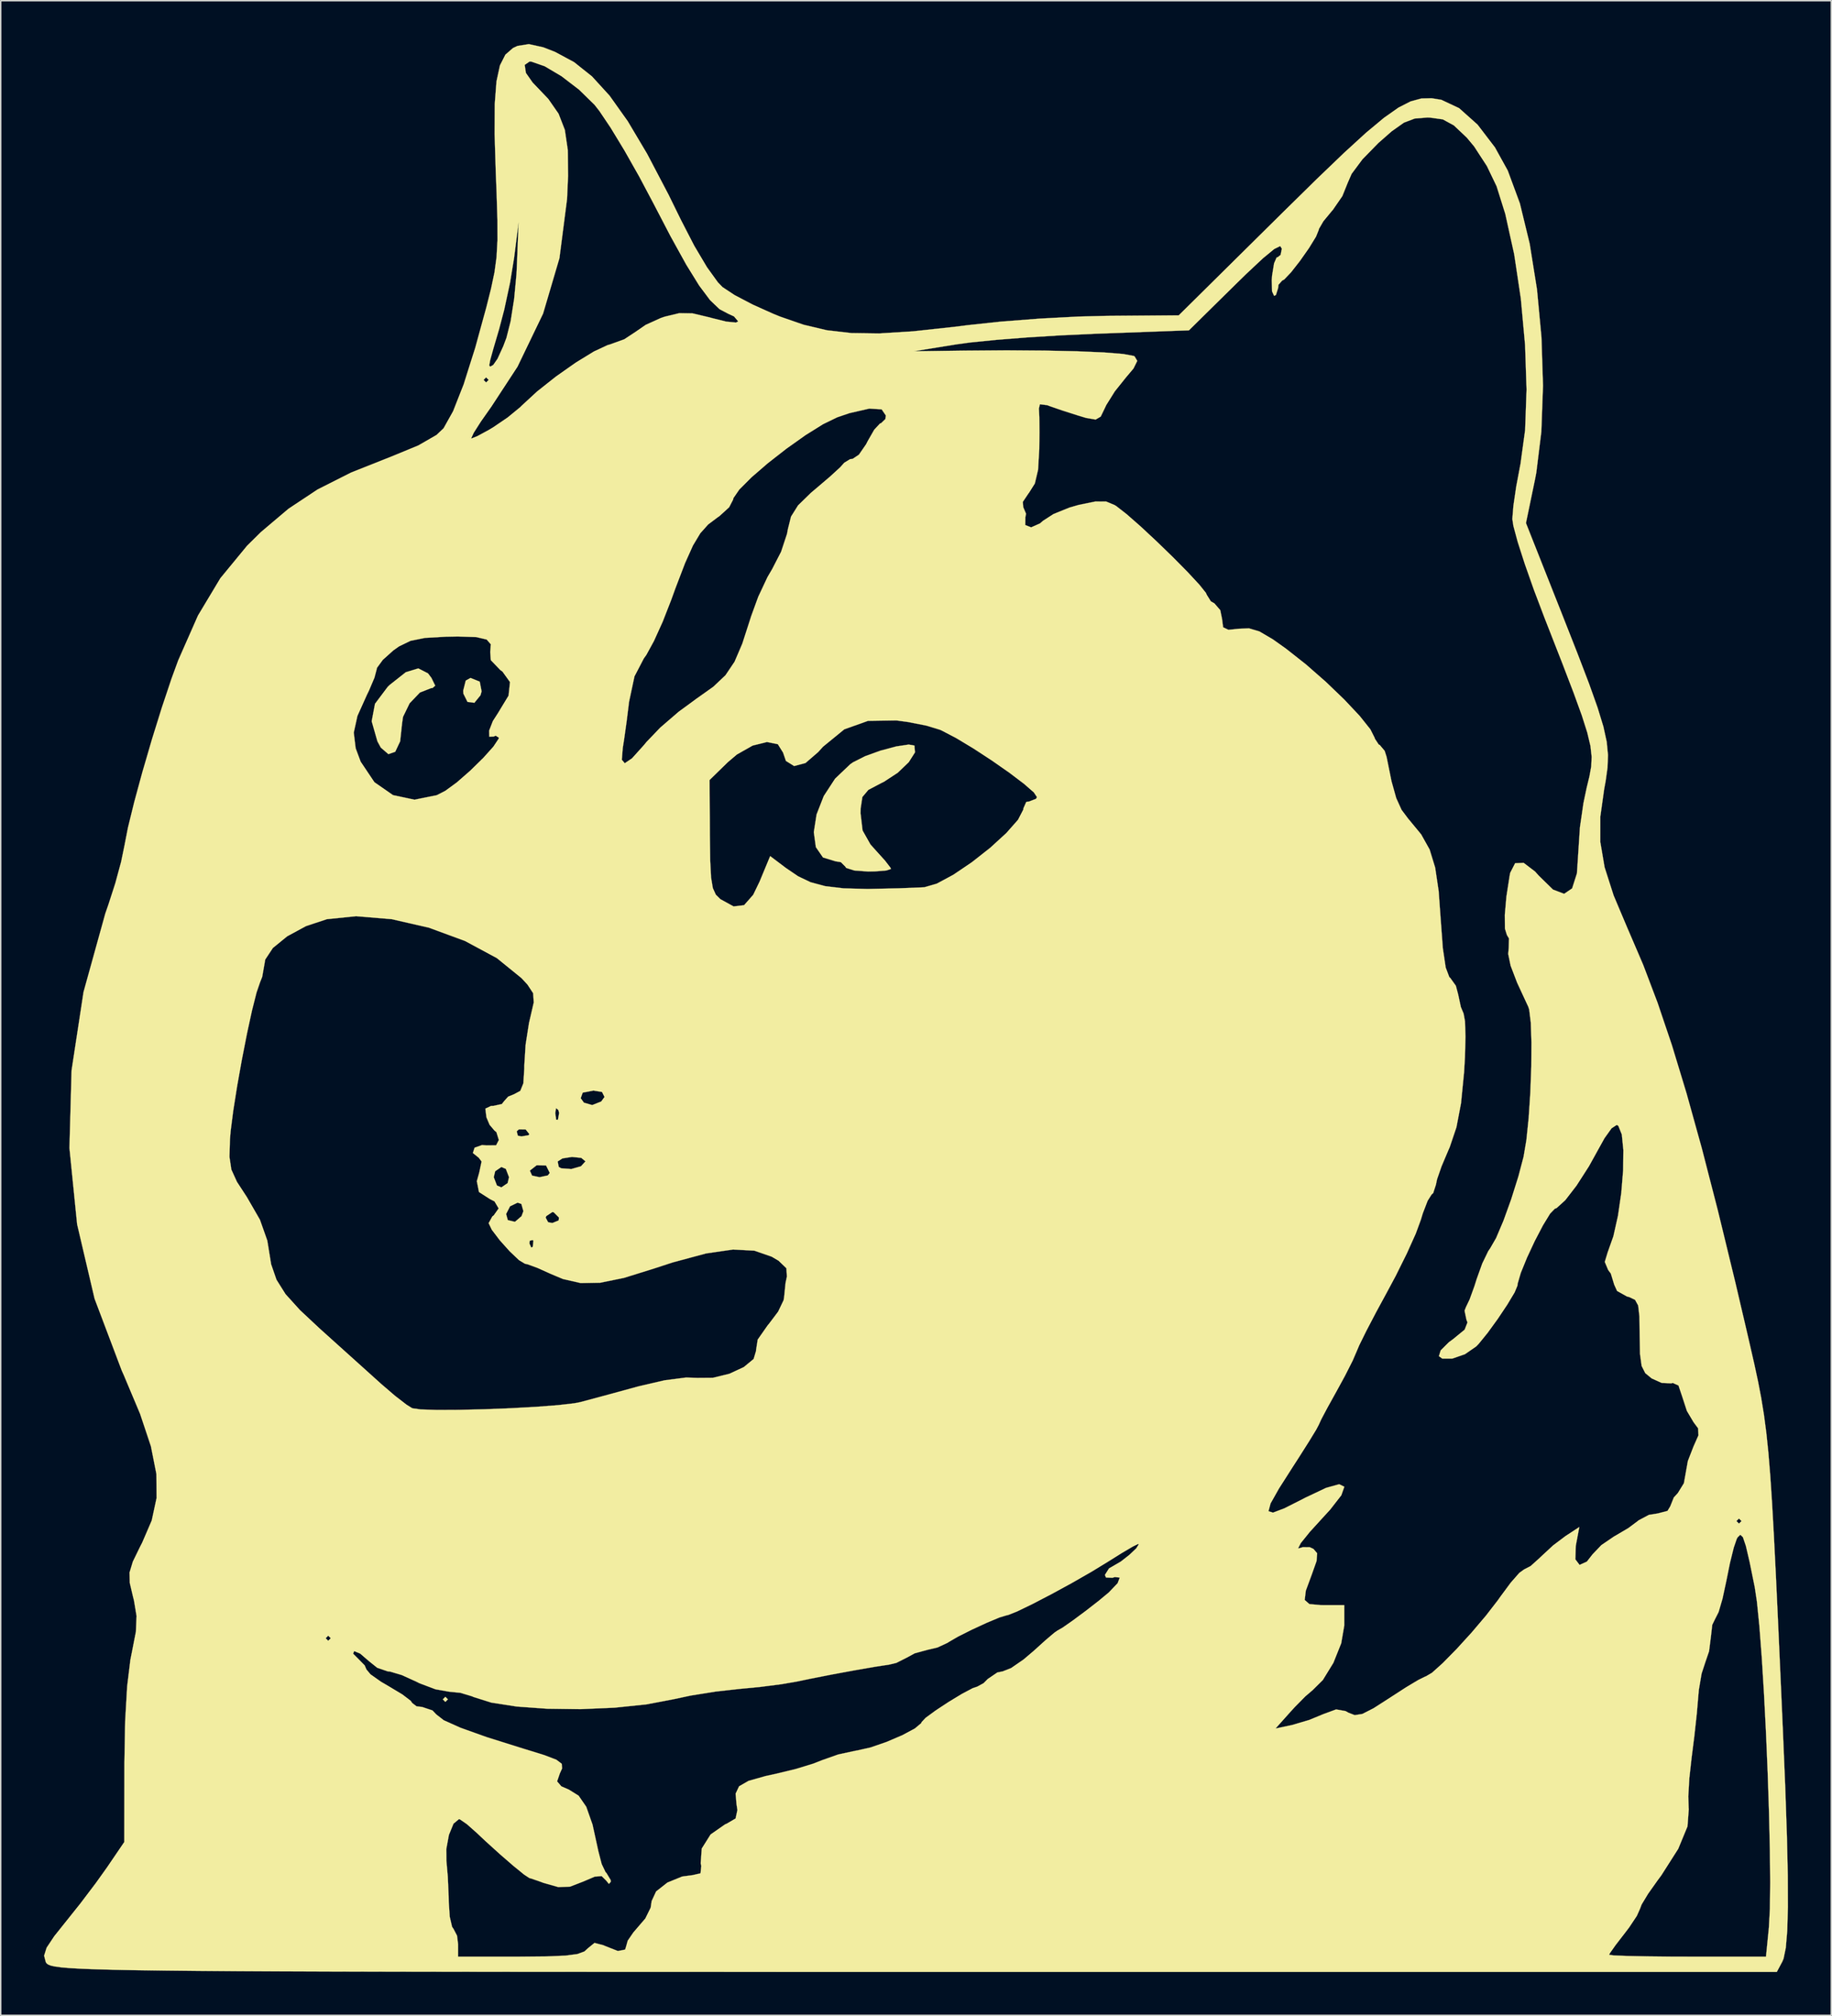
<source format=kicad_pcb>
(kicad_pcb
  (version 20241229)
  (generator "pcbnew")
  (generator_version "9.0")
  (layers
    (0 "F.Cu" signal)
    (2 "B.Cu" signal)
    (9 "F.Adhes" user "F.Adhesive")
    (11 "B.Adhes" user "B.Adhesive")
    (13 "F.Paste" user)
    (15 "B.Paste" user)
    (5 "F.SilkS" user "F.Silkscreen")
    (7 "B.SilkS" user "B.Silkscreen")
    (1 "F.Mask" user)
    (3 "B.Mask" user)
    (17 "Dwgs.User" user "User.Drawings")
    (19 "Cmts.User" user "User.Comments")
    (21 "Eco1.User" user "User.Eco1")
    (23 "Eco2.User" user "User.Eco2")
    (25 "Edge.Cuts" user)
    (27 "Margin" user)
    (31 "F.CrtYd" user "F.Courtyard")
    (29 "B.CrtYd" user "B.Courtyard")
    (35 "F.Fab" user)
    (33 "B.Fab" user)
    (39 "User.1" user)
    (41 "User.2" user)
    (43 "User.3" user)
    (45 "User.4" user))
  (footprint "shiba_from_bmp_2"
    (layer "F.Cu")
    (at 60.431 66.474)
    (property "Reference" "shiba_from_bmp_2" (at 0 0 0) (layer "F.SilkS") (effects (font (size 1.524 1.524) (thickness 0.3))))
    (attr through_hole)
    (fp_poly (pts (xy -32.456 48.154) (xy -32.632 48.331) (xy -32.808 48.154) (xy -32.632 47.978) (xy -32.456 48.154)) (stroke (width 0.01) (type solid)) (fill yes) (layer "F.SilkS"))
    (fp_poly (pts (xy -30.25 -22.321) (xy -30.12 -21.649) (xy -30.199 -21.375) (xy -30.623 -20.857) (xy -31.098 -20.917) (xy -31.384 -21.489) (xy -31.397 -21.696) (xy -31.22 -22.395) (xy -30.889 -22.578) (xy -30.25 -22.321)) (stroke (width 0.01) (type solid)) (fill yes) (layer "F.SilkS"))
    (fp_poly (pts (xy -33.833 -22.893) (xy -33.596 -22.578) (xy -33.334 -22.041) (xy -33.528 -21.876) (xy -33.621 -21.872) (xy -34.393 -21.569) (xy -35.108 -20.823) (xy -35.564 -19.884) (xy -35.631 -19.418) (xy -35.763 -18.19) (xy -36.105 -17.465) (xy -36.578 -17.3) (xy -37.102 -17.753) (xy -37.338 -18.185) (xy -37.735 -19.577) (xy -37.507 -20.787) (xy -36.622 -21.965) (xy -36.487 -22.095) (xy -35.37 -22.976) (xy -34.507 -23.239) (xy -33.833 -22.893)) (stroke (width 0.01) (type solid)) (fill yes) (layer "F.SilkS"))
    (fp_poly (pts (xy -0.14 -17.896) (xy -0.102 -17.424) (xy -0.533 -16.745) (xy -1.294 -16.015) (xy -2.249 -15.39) (xy -2.444 -15.294) (xy -3.334 -14.825) (xy -3.746 -14.333) (xy -3.865 -13.548) (xy -3.871 -13.193) (xy -3.732 -12.015) (xy -3.191 -11.054) (xy -2.822 -10.639) (xy -2.176 -9.925) (xy -1.802 -9.439) (xy -1.764 -9.352) (xy -2.079 -9.245) (xy -2.878 -9.18) (xy -3.351 -9.172) (xy -4.298 -9.242) (xy -4.866 -9.42) (xy -4.939 -9.525) (xy -5.232 -9.818) (xy -5.601 -9.878) (xy -6.475 -10.146) (xy -6.97 -10.864) (xy -7.111 -11.899) (xy -6.92 -13.122) (xy -6.42 -14.401) (xy -5.635 -15.604) (xy -4.587 -16.602) (xy -4.391 -16.737) (xy -3.556 -17.159) (xy -2.483 -17.547) (xy -1.401 -17.836) (xy -0.538 -17.965) (xy -0.14 -17.896)) (stroke (width 0.01) (type solid)) (fill yes) (layer "F.SilkS"))
    (fp_poly (pts (xy -25.851 -66.25) (xy -25.032 -65.929) (xy -23.718 -65.223) (xy -22.477 -64.235) (xy -21.254 -62.895) (xy -19.999 -61.131) (xy -18.658 -58.876) (xy -17.179 -56.057) (xy -16.307 -54.281) (xy -15.391 -52.505) (xy -14.51 -51.021) (xy -13.754 -49.973) (xy -13.432 -49.642) (xy -12.601 -49.093) (xy -11.339 -48.431) (xy -9.878 -47.776) (xy -9.443 -47.6) (xy -7.812 -47.035) (xy -6.213 -46.657) (xy -4.508 -46.46) (xy -2.561 -46.436) (xy -0.238 -46.581) (xy 2.599 -46.888) (xy 3.528 -47.005) (xy 5.86 -47.255) (xy 8.542 -47.462) (xy 11.217 -47.603) (xy 13.229 -47.653) (xy 18.168 -47.687) (xy 25.4 -54.839) (xy 27.718 -57.117) (xy 29.611 -58.933) (xy 31.144 -60.334) (xy 32.382 -61.365) (xy 33.39 -62.074) (xy 34.233 -62.505) (xy 34.977 -62.705) (xy 35.686 -62.721) (xy 36.358 -62.613) (xy 37.589 -62.034) (xy 38.866 -60.894) (xy 40.07 -59.319) (xy 40.959 -57.71) (xy 41.8 -55.433) (xy 42.479 -52.635) (xy 42.982 -49.487) (xy 43.294 -46.158) (xy 43.4 -42.818) (xy 43.285 -39.636) (xy 42.934 -36.784) (xy 42.832 -36.257) (xy 42.218 -33.304) (xy 44.726 -26.971) (xy 45.777 -24.302) (xy 46.587 -22.187) (xy 47.18 -20.523) (xy 47.581 -19.211) (xy 47.813 -18.15) (xy 47.901 -17.238) (xy 47.869 -16.375) (xy 47.742 -15.459) (xy 47.636 -14.877) (xy 47.369 -12.964) (xy 47.368 -11.224) (xy 47.665 -9.47) (xy 48.292 -7.514) (xy 49.282 -5.169) (xy 49.33 -5.063) (xy 50.343 -2.701) (xy 51.336 -0.083) (xy 52.33 2.858) (xy 53.343 6.191) (xy 54.397 9.983) (xy 55.511 14.301) (xy 56.705 19.212) (xy 57.379 22.086) (xy 57.734 23.615) (xy 58.038 24.945) (xy 58.296 26.147) (xy 58.516 27.29) (xy 58.704 28.446) (xy 58.867 29.684) (xy 59.011 31.075) (xy 59.143 32.69) (xy 59.269 34.598) (xy 59.396 36.87) (xy 59.531 39.576) (xy 59.68 42.787) (xy 59.85 46.573) (xy 60.014 50.271) (xy 60.181 54.277) (xy 60.295 57.626) (xy 60.356 60.363) (xy 60.363 62.533) (xy 60.317 64.182) (xy 60.218 65.357) (xy 60.065 66.102) (xy 59.98 66.307) (xy 59.595 67.028) (xy -0.176 67.028) (xy -7.784 67.028) (xy -14.718 67.027) (xy -21.01 67.025) (xy -26.69 67.023) (xy -31.79 67.018) (xy -36.343 67.012) (xy -40.378 67.003) (xy -43.929 66.992) (xy -47.025 66.978) (xy -49.7 66.96) (xy -51.983 66.939) (xy -53.907 66.914) (xy -55.503 66.884) (xy -56.803 66.849) (xy -57.838 66.81) (xy -58.639 66.765) (xy -59.238 66.714) (xy -59.667 66.656) (xy -59.956 66.593) (xy -60.138 66.522) (xy -60.244 66.444) (xy -60.305 66.359) (xy -60.31 66.35) (xy -60.426 65.903) (xy -60.252 65.351) (xy -59.719 64.55) (xy -58.973 63.616) (xy -57.915 62.291) (xy -56.843 60.875) (xy -56.072 59.796) (xy -54.872 58.032) (xy -54.864 52.564) (xy -54.813 49.663) (xy -54.673 47.249) (xy -54.449 45.412) (xy -54.365 44.99) (xy -39.023 44.99) (xy -38.717 45.294) (xy -38.221 45.801) (xy -38.1 46.084) (xy -37.816 46.422) (xy -37.089 46.935) (xy -36.513 47.272) (xy -35.61 47.814) (xy -35.035 48.252) (xy -34.925 48.411) (xy -34.63 48.634) (xy -34.237 48.683) (xy -33.524 48.921) (xy -33.261 49.197) (xy -32.747 49.598) (xy -31.575 50.124) (xy -29.735 50.78) (xy -27.214 51.571) (xy -27.164 51.586) (xy -25.769 52.017) (xy -24.943 52.334) (xy -24.572 52.615) (xy -24.545 52.936) (xy -24.704 53.288) (xy -24.891 53.834) (xy -24.598 54.177) (xy -24.083 54.4) (xy -23.401 54.825) (xy -22.872 55.593) (xy -22.438 56.825) (xy -22.04 58.641) (xy -22.038 58.653) (xy -21.803 59.56) (xy -21.534 60.123) (xy -21.479 60.173) (xy -21.183 60.662) (xy -21.172 60.787) (xy -21.304 60.934) (xy -21.504 60.691) (xy -21.804 60.394) (xy -22.276 60.427) (xy -23.08 60.77) (xy -23.996 61.124) (xy -24.806 61.155) (xy -25.841 60.861) (xy -26.106 60.763) (xy -26.674 60.566) (xy -26.811 60.529) (xy -27.183 60.284) (xy -27.918 59.686) (xy -28.863 58.867) (xy -29.868 57.957) (xy -30.443 57.415) (xy -31.139 56.798) (xy -31.621 56.466) (xy -31.689 56.447) (xy -32.068 56.763) (xy -32.385 57.537) (xy -32.566 58.521) (xy -32.56 59.32) (xy -32.463 60.431) (xy -32.404 61.771) (xy -32.397 62.178) (xy -32.329 63.204) (xy -32.168 63.903) (xy -32.067 64.051) (xy -31.822 64.519) (xy -31.75 65.108) (xy -31.75 65.969) (xy -27.467 65.969) (xy -25.596 65.954) (xy -24.308 65.899) (xy -23.878 65.842) (xy 47.978 65.842) (xy 48.31 65.886) (xy 49.228 65.923) (xy 50.611 65.951) (xy 52.338 65.967) (xy 53.411 65.969) (xy 58.845 65.969) (xy 59.046 63.941) (xy 59.114 62.668) (xy 59.135 60.835) (xy 59.113 58.57) (xy 59.054 56.002) (xy 58.963 53.258) (xy 58.846 50.467) (xy 58.707 47.757) (xy 58.553 45.257) (xy 58.388 43.093) (xy 58.217 41.395) (xy 58.068 40.393) (xy 57.715 38.658) (xy 57.452 37.531) (xy 57.247 36.925) (xy 57.068 36.754) (xy 56.882 36.931) (xy 56.819 37.042) (xy 56.613 37.645) (xy 56.35 38.71) (xy 56.097 39.956) (xy 55.834 41.18) (xy 55.565 42.105) (xy 55.348 42.534) (xy 55.345 42.535) (xy 55.123 42.991) (xy 55.033 43.788) (xy 54.903 44.823) (xy 54.646 45.573) (xy 54.385 46.368) (xy 54.194 47.498) (xy 54.156 47.932) (xy 54.054 49.13) (xy 53.884 50.685) (xy 53.691 52.211) (xy 53.534 53.627) (xy 53.463 54.874) (xy 53.49 55.698) (xy 53.498 55.739) (xy 53.409 56.95) (xy 52.767 58.503) (xy 51.598 60.337) (xy 51.345 60.678) (xy 50.679 61.617) (xy 50.231 62.361) (xy 50.118 62.658) (xy 49.899 63.148) (xy 49.37 63.944) (xy 49.036 64.382) (xy 48.419 65.182) (xy 48.038 65.724) (xy 47.978 65.842) (xy -23.878 65.842) (xy -23.482 65.789) (xy -22.996 65.609) (xy -22.765 65.396) (xy -22.301 65.019) (xy -21.671 65.184) (xy -21.603 65.219) (xy -20.683 65.581) (xy -20.18 65.483) (xy -20.108 65.249) (xy -20.001 64.865) (xy -19.61 64.295) (xy -18.829 63.385) (xy -18.785 63.337) (xy -18.411 62.578) (xy -18.344 62.123) (xy -18.033 61.455) (xy -17.251 60.84) (xy -16.228 60.422) (xy -15.501 60.325) (xy -14.956 60.2) (xy -14.904 59.692) (xy -14.945 59.508) (xy -14.872 58.483) (xy -14.259 57.509) (xy -13.252 56.808) (xy -13.151 56.767) (xy -12.529 56.404) (xy -12.403 55.815) (xy -12.466 55.409) (xy -12.527 54.683) (xy -12.287 54.175) (xy -11.629 53.797) (xy -10.439 53.461) (xy -9.701 53.301) (xy -8.357 52.975) (xy -7.133 52.6) (xy -6.526 52.361) (xy -5.423 51.971) (xy -4.191 51.706) (xy -4.122 51.697) (xy -3.185 51.486) (xy -2.07 51.102) (xy -0.979 50.635) (xy -0.111 50.171) (xy 0.332 49.8) (xy 0.353 49.732) (xy 0.628 49.439) (xy 1.319 48.931) (xy 2.227 48.333) (xy 3.151 47.774) (xy 3.892 47.381) (xy 4.214 47.272) (xy 4.652 47.032) (xy 4.939 46.743) (xy 5.603 46.292) (xy 5.982 46.214) (xy 6.556 45.987) (xy 7.411 45.399) (xy 8.114 44.803) (xy 8.948 44.05) (xy 9.552 43.538) (xy 9.763 43.392) (xy 10.112 43.194) (xy 10.828 42.694) (xy 11.727 42.027) (xy 12.625 41.329) (xy 13.317 40.756) (xy 13.934 40.112) (xy 14.082 39.722) (xy 13.736 39.684) (xy 13.582 39.736) (xy 13.129 39.716) (xy 13.053 39.538) (xy 13.338 39.085) (xy 13.643 38.91) (xy 14.153 38.613) (xy 14.747 38.149) (xy 15.228 37.692) (xy 15.398 37.416) (xy 15.353 37.394) (xy 14.991 37.57) (xy 14.211 38.03) (xy 13.235 38.641) (xy 12.084 39.342) (xy 10.729 40.117) (xy 9.323 40.883) (xy 8.021 41.559) (xy 6.976 42.065) (xy 6.342 42.317) (xy 6.258 42.332) (xy 5.762 42.48) (xy 4.877 42.848) (xy 3.836 43.329) (xy 2.872 43.813) (xy 2.221 44.192) (xy 2.166 44.232) (xy 1.454 44.563) (xy 0.764 44.725) (xy -0.129 44.969) (xy -0.643 45.25) (xy -1.391 45.629) (xy -1.886 45.748) (xy -2.853 45.895) (xy -4.255 46.138) (xy -5.84 46.431) (xy -7.353 46.727) (xy -8.29 46.923) (xy -9.386 47.111) (xy -10.851 47.297) (xy -12.229 47.428) (xy -13.893 47.613) (xy -15.636 47.892) (xy -16.816 48.143) (xy -18.714 48.504) (xy -20.915 48.732) (xy -23.253 48.832) (xy -25.565 48.805) (xy -27.687 48.653) (xy -29.454 48.378) (xy -30.702 47.984) (xy -30.775 47.947) (xy -31.592 47.701) (xy -32.368 47.625) (xy -33.316 47.456) (xy -34.426 47.039) (xy -34.664 46.919) (xy -35.649 46.472) (xy -36.474 46.228) (xy -36.633 46.214) (xy -37.352 45.966) (xy -37.924 45.508) (xy -38.532 44.985) (xy -38.948 44.814) (xy -39.023 44.99) (xy -54.365 44.99) (xy -54.344 44.886) (xy -54.157 43.921) (xy -40.922 43.921) (xy -40.746 44.097) (xy -40.569 43.921) (xy -40.746 43.744) (xy -40.922 43.921) (xy -54.157 43.921) (xy -54.068 43.466) (xy -54.023 42.381) (xy -54.202 41.302) (xy -54.273 41.023) (xy -54.491 40.088) (xy -54.508 39.372) (xy -54.279 38.613) (xy -53.758 37.546) (xy -53.64 37.319) (xy -52.97 35.767) (xy -52.636 34.211) (xy -52.65 32.537) (xy -53.026 30.633) (xy -53.776 28.386) (xy -54.914 25.683) (xy -55.042 25.4) (xy -56.929 20.411) (xy -58.139 15.256) (xy -58.61 10.582) (xy -47.587 10.582) (xy -47.456 11.466) (xy -47.069 12.315) (xy -46.377 13.377) (xy -45.475 14.942) (xy -44.966 16.384) (xy -44.911 16.719) (xy -44.699 18.025) (xy -44.33 19.095) (xy -43.7 20.096) (xy -42.705 21.195) (xy -41.358 22.456) (xy -40.001 23.678) (xy -38.632 24.91) (xy -37.47 25.956) (xy -37.066 26.32) (xy -36.12 27.131) (xy -35.321 27.748) (xy -34.925 27.994) (xy -34.342 28.077) (xy -33.211 28.113) (xy -31.69 28.107) (xy -29.935 28.065) (xy -28.102 27.993) (xy -26.348 27.896) (xy -24.83 27.78) (xy -23.703 27.651) (xy -23.283 27.57) (xy -22.347 27.32) (xy -20.995 26.954) (xy -19.493 26.544) (xy -19.226 26.471) (xy -17.441 26.058) (xy -15.967 25.869) (xy -15.175 25.892) (xy -14.092 25.885) (xy -12.957 25.607) (xy -11.957 25.143) (xy -11.278 24.582) (xy -11.106 24.01) (xy -11.113 23.987) (xy -10.997 23.24) (xy -10.299 22.244) (xy -10.243 22.182) (xy -9.583 21.308) (xy -9.203 20.512) (xy -9.167 20.294) (xy -9.068 19.318) (xy -8.974 18.874) (xy -9.01 18.301) (xy -9.55 17.78) (xy -10.027 17.5) (xy -11.226 17.083) (xy -12.709 17.004) (xy -14.569 17.274) (xy -16.895 17.9) (xy -18.165 18.316) (xy -20.266 18.97) (xy -21.909 19.304) (xy -23.261 19.326) (xy -24.489 19.046) (xy -25.317 18.697) (xy -26.263 18.273) (xy -26.954 18.021) (xy -27.11 17.992) (xy -27.529 17.741) (xy -28.177 17.126) (xy -28.666 16.581) (xy -26.811 16.581) (xy -26.682 16.871) (xy -26.576 16.816) (xy -26.534 16.397) (xy -26.576 16.345) (xy -26.786 16.394) (xy -26.811 16.581) (xy -28.666 16.581) (xy -28.868 16.355) (xy -29.415 15.635) (xy -29.633 15.178) (xy -29.378 14.713) (xy -29.281 14.64) (xy -29.211 14.542) (xy -28.424 14.542) (xy -28.308 14.966) (xy -27.811 15.085) (xy -27.467 14.79) (xy -25.685 14.79) (xy -25.515 15.112) (xy -25.224 15.169) (xy -24.785 14.99) (xy -24.762 14.79) (xy -25.126 14.426) (xy -25.224 14.411) (xy -25.637 14.686) (xy -25.685 14.79) (xy -27.467 14.79) (xy -27.356 14.695) (xy -27.226 14.346) (xy -27.368 13.846) (xy -27.629 13.758) (xy -28.151 14.011) (xy -28.424 14.542) (xy -29.211 14.542) (xy -28.941 14.157) (xy -29.228 13.672) (xy -29.545 13.508) (xy -30.304 13.022) (xy -30.452 12.271) (xy -30.374 11.994) (xy -29.281 11.994) (xy -29.06 12.569) (xy -28.751 12.7) (xy -28.32 12.406) (xy -28.222 11.994) (xy -28.396 11.541) (xy -26.781 11.541) (xy -26.625 11.884) (xy -26.106 11.994) (xy -25.532 11.871) (xy -25.4 11.7) (xy -25.659 11.179) (xy -26.301 11.169) (xy -26.316 11.175) (xy -26.781 11.541) (xy -28.396 11.541) (xy -28.443 11.42) (xy -28.751 11.289) (xy -29.182 11.583) (xy -29.281 11.994) (xy -30.374 11.994) (xy -30.286 11.678) (xy -30.122 10.908) (xy -30.124 10.906) (xy -24.852 10.906) (xy -24.776 11.285) (xy -24.608 11.378) (xy -23.907 11.429) (xy -23.237 11.238) (xy -22.931 10.902) (xy -22.931 10.895) (xy -23.217 10.658) (xy -23.858 10.592) (xy -24.522 10.695) (xy -24.852 10.906) (xy -30.124 10.906) (xy -30.317 10.649) (xy -30.727 10.319) (xy -30.608 9.953) (xy -30.088 9.768) (xy -29.81 9.791) (xy -29.119 9.79) (xy -28.928 9.419) (xy -29.098 8.87) (xy -29.168 8.814) (xy -27.689 8.814) (xy -27.613 9.12) (xy -27.361 9.172) (xy -26.877 9.09) (xy -26.811 9.017) (xy -27.07 8.687) (xy -27.535 8.68) (xy -27.689 8.814) (xy -29.168 8.814) (xy -29.234 8.761) (xy -29.568 8.366) (xy -29.787 7.849) (xy -29.824 7.555) (xy -25.019 7.555) (xy -24.955 8.013) (xy -24.834 8.018) (xy -24.75 7.546) (xy -24.806 7.342) (xy -24.963 7.209) (xy -25.019 7.555) (xy -29.824 7.555) (xy -29.862 7.247) (xy -29.465 7.06) (xy -29.304 7.056) (xy -28.718 6.929) (xy -28.575 6.744) (xy -28.379 6.525) (xy -23.256 6.525) (xy -23.036 6.833) (xy -22.459 7.001) (xy -21.835 6.753) (xy -21.607 6.438) (xy -21.78 6.094) (xy -22.372 5.997) (xy -23.119 6.14) (xy -23.256 6.525) (xy -28.379 6.525) (xy -28.281 6.415) (xy -27.869 6.248) (xy -27.441 6.018) (xy -27.229 5.495) (xy -27.165 4.489) (xy -27.164 4.271) (xy -27.072 2.813) (xy -26.84 1.321) (xy -26.74 0.893) (xy -26.509 -0.107) (xy -26.552 -0.746) (xy -26.942 -1.34) (xy -27.357 -1.79) (xy -29.068 -3.178) (xy -31.27 -4.362) (xy -33.763 -5.28) (xy -36.347 -5.872) (xy -38.823 -6.077) (xy -40.846 -5.87) (xy -42.285 -5.392) (xy -43.582 -4.69) (xy -44.578 -3.88) (xy -45.109 -3.078) (xy -45.156 -2.802) (xy -45.318 -1.879) (xy -45.47 -1.495) (xy -45.713 -0.788) (xy -46.025 0.45) (xy -46.374 2.055) (xy -46.728 3.859) (xy -47.056 5.696) (xy -47.326 7.4) (xy -47.505 8.805) (xy -47.551 9.358) (xy -47.587 10.582) (xy -58.61 10.582) (xy -58.671 9.975) (xy -58.524 4.603) (xy -57.697 -0.82) (xy -56.188 -6.259) (xy -55.973 -6.879) (xy -55.492 -8.367) (xy -55.091 -9.845) (xy -54.867 -10.936) (xy -54.616 -12.218) (xy -54.181 -13.991) (xy -53.612 -16.081) (xy -52.959 -18.314) (xy -52.811 -18.792) (xy -38.977 -18.792) (xy -38.846 -17.711) (xy -38.499 -16.779) (xy -37.545 -15.356) (xy -36.256 -14.462) (xy -34.771 -14.147) (xy -33.228 -14.457) (xy -32.632 -14.763) (xy -31.834 -15.346) (xy -31.647 -15.51) (xy -14.33 -15.51) (xy -14.309 -11.65) (xy -14.286 -9.923) (xy -14.226 -8.76) (xy -14.104 -8.023) (xy -13.898 -7.569) (xy -13.584 -7.26) (xy -13.582 -7.258) (xy -12.667 -6.755) (xy -11.94 -6.842) (xy -11.307 -7.562) (xy -10.868 -8.471) (xy -10.133 -10.24) (xy -9.035 -9.412) (xy -8.198 -8.844) (xy -7.335 -8.432) (xy -6.325 -8.159) (xy -5.05 -8.009) (xy -3.39 -7.965) (xy -1.225 -8.011) (xy 0.541 -8.082) (xy 1.409 -8.333) (xy 2.556 -8.95) (xy 3.837 -9.816) (xy 5.108 -10.815) (xy 6.222 -11.834) (xy 7.035 -12.755) (xy 7.401 -13.463) (xy 7.408 -13.547) (xy 7.604 -13.989) (xy 7.805 -14.023) (xy 8.279 -14.204) (xy 8.347 -14.325) (xy 8.128 -14.655) (xy 7.44 -15.253) (xy 6.42 -16.024) (xy 5.203 -16.873) (xy 3.926 -17.706) (xy 2.726 -18.427) (xy 1.738 -18.941) (xy 1.639 -18.985) (xy 0.711 -19.27) (xy -0.568 -19.523) (xy -1.382 -19.632) (xy -3.353 -19.605) (xy -4.996 -19.021) (xy -6.475 -17.814) (xy -6.805 -17.447) (xy -7.69 -16.683) (xy -8.475 -16.477) (xy -9.041 -16.83) (xy -9.241 -17.41) (xy -9.601 -17.987) (xy -10.354 -18.14) (xy -11.349 -17.894) (xy -12.437 -17.277) (xy -13.073 -16.738) (xy -14.33 -15.51) (xy -31.647 -15.51) (xy -30.907 -16.157) (xy -30.136 -16.912) (xy -20.408 -16.912) (xy -20.205 -16.671) (xy -19.701 -17.012) (xy -18.863 -17.944) (xy -18.697 -18.147) (xy -17.745 -19.14) (xy -16.47 -20.238) (xy -15.247 -21.134) (xy -14.074 -21.966) (xy -13.232 -22.761) (xy -12.6 -23.699) (xy -12.061 -24.958) (xy -11.493 -26.718) (xy -11.465 -26.811) (xy -10.958 -28.202) (xy -10.318 -29.562) (xy -9.988 -30.128) (xy -9.378 -31.311) (xy -8.964 -32.56) (xy -8.908 -32.869) (xy -8.688 -33.752) (xy -8.201 -34.527) (xy -7.303 -35.403) (xy -6.92 -35.726) (xy -5.983 -36.524) (xy -5.289 -37.16) (xy -4.998 -37.483) (xy -4.591 -37.73) (xy -4.421 -37.747) (xy -3.987 -38.038) (xy -3.489 -38.759) (xy -3.375 -38.982) (xy -2.921 -39.773) (xy -2.526 -40.195) (xy -2.453 -40.217) (xy -2.155 -40.503) (xy -2.117 -40.746) (xy -2.409 -41.176) (xy -3.265 -41.23) (xy -4.65 -40.911) (xy -5.487 -40.627) (xy -6.463 -40.153) (xy -7.68 -39.394) (xy -9.002 -38.456) (xy -10.297 -37.446) (xy -11.43 -36.467) (xy -12.27 -35.626) (xy -12.681 -35.028) (xy -12.701 -34.925) (xy -12.975 -34.397) (xy -13.646 -33.785) (xy -13.784 -33.69) (xy -14.43 -33.204) (xy -14.971 -32.599) (xy -15.481 -31.75) (xy -16.029 -30.529) (xy -16.687 -28.81) (xy -16.991 -27.973) (xy -17.575 -26.479) (xy -18.182 -25.139) (xy -18.713 -24.168) (xy -18.886 -23.926) (xy -19.531 -22.689) (xy -19.907 -20.927) (xy -20.076 -19.566) (xy -20.252 -18.305) (xy -20.343 -17.727) (xy -20.408 -16.912) (xy -30.136 -16.912) (xy -30.01 -17.035) (xy -29.303 -17.824) (xy -28.944 -18.365) (xy -28.928 -18.443) (xy -29.149 -18.581) (xy -29.281 -18.521) (xy -29.591 -18.508) (xy -29.6 -18.927) (xy -29.342 -19.591) (xy -28.984 -20.149) (xy -28.255 -21.352) (xy -28.154 -22.291) (xy -28.677 -23.019) (xy -28.822 -23.121) (xy -29.483 -23.809) (xy -29.523 -24.371) (xy -29.483 -24.906) (xy -29.771 -25.238) (xy -30.496 -25.407) (xy -31.765 -25.448) (xy -32.574 -25.434) (xy -34.037 -25.351) (xy -35.044 -25.149) (xy -35.841 -24.763) (xy -36.234 -24.485) (xy -36.963 -23.832) (xy -37.366 -23.281) (xy -37.394 -23.164) (xy -37.545 -22.592) (xy -37.922 -21.703) (xy -38.062 -21.418) (xy -38.723 -19.947) (xy -38.977 -18.792) (xy -52.811 -18.792) (xy -52.273 -20.517) (xy -51.605 -22.516) (xy -51.135 -23.8) (xy -49.766 -26.902) (xy -48.217 -29.483) (xy -46.37 -31.728) (xy -45.404 -32.682) (xy -43.496 -34.295) (xy -41.483 -35.629) (xy -39.166 -36.799) (xy -36.371 -37.909) (xy -34.508 -38.676) (xy -33.64 -39.175) (xy -30.841 -39.175) (xy -30.826 -39.158) (xy -30.408 -39.326) (xy -29.636 -39.745) (xy -29.322 -39.932) (xy -28.317 -40.615) (xy -27.464 -41.314) (xy -27.34 -41.436) (xy -26.279 -42.414) (xy -24.973 -43.448) (xy -23.602 -44.412) (xy -22.349 -45.18) (xy -22.303 -45.201) (xy -0.176 -45.201) (xy 3.351 -45.245) (xy 6.25 -45.264) (xy 8.879 -45.247) (xy 11.156 -45.198) (xy 12.997 -45.118) (xy 14.318 -45.012) (xy 15.037 -44.881) (xy 15.108 -44.848) (xy 15.295 -44.534) (xy 15.031 -44.002) (xy 14.509 -43.384) (xy 13.741 -42.424) (xy 13.148 -41.476) (xy 13.046 -41.259) (xy 12.763 -40.675) (xy 12.412 -40.471) (xy 11.757 -40.581) (xy 11.175 -40.755) (xy 10.101 -41.099) (xy 9.228 -41.401) (xy 9.058 -41.466) (xy 8.551 -41.527) (xy 8.482 -41.235) (xy 8.511 -40.644) (xy 8.52 -39.589) (xy 8.508 -38.431) (xy 8.424 -36.989) (xy 8.2 -36.042) (xy 7.788 -35.388) (xy 7.765 -35.363) (xy 7.367 -34.771) (xy 7.395 -34.404) (xy 7.397 -34.403) (xy 7.592 -33.945) (xy 7.545 -33.715) (xy 7.539 -33.165) (xy 7.945 -33.006) (xy 8.563 -33.281) (xy 8.76 -33.455) (xy 9.491 -33.927) (xy 10.6 -34.377) (xy 11.249 -34.563) (xy 12.4 -34.795) (xy 13.141 -34.793) (xy 13.731 -34.547) (xy 13.853 -34.469) (xy 14.561 -33.917) (xy 15.531 -33.066) (xy 16.639 -32.034) (xy 17.767 -30.94) (xy 18.791 -29.903) (xy 19.592 -29.04) (xy 20.048 -28.472) (xy 20.108 -28.336) (xy 20.391 -27.882) (xy 20.637 -27.742) (xy 21.044 -27.271) (xy 21.167 -26.668) (xy 21.243 -26.086) (xy 21.613 -25.909) (xy 22.318 -25.984) (xy 23.031 -26.014) (xy 23.752 -25.799) (xy 24.673 -25.261) (xy 25.601 -24.602) (xy 26.979 -23.516) (xy 28.362 -22.304) (xy 29.639 -21.077) (xy 30.702 -19.946) (xy 31.441 -19.02) (xy 31.747 -18.412) (xy 31.75 -18.374) (xy 32.021 -17.965) (xy 32.093 -17.933) (xy 32.431 -17.529) (xy 32.565 -17.11) (xy 32.907 -15.42) (xy 33.232 -14.256) (xy 33.603 -13.442) (xy 34.083 -12.802) (xy 34.124 -12.758) (xy 34.962 -11.741) (xy 35.546 -10.695) (xy 35.93 -9.447) (xy 36.171 -7.823) (xy 36.31 -5.896) (xy 36.461 -3.863) (xy 36.66 -2.523) (xy 36.909 -1.862) (xy 36.972 -1.807) (xy 37.364 -1.262) (xy 37.523 -0.659) (xy 37.708 0.208) (xy 37.9 0.668) (xy 37.997 1.199) (xy 38.029 2.259) (xy 37.994 3.673) (xy 37.934 4.71) (xy 37.721 6.871) (xy 37.404 8.535) (xy 36.939 9.911) (xy 36.833 10.153) (xy 36.368 11.253) (xy 36.06 12.14) (xy 35.983 12.513) (xy 35.796 13.089) (xy 35.679 13.199) (xy 35.408 13.627) (xy 35.077 14.489) (xy 34.939 14.941) (xy 34.584 15.906) (xy 33.969 17.272) (xy 33.194 18.833) (xy 32.612 19.92) (xy 31.821 21.378) (xy 31.149 22.664) (xy 30.677 23.621) (xy 30.5 24.038) (xy 30.218 24.691) (xy 29.696 25.725) (xy 29.074 26.864) (xy 28.475 27.943) (xy 28.044 28.756) (xy 27.87 29.134) (xy 27.869 29.138) (xy 27.69 29.477) (xy 27.209 30.266) (xy 26.512 31.366) (xy 26.106 31.995) (xy 25.109 33.557) (xy 24.53 34.584) (xy 24.385 35.124) (xy 24.692 35.224) (xy 25.469 34.932) (xy 26.734 34.294) (xy 26.928 34.192) (xy 28.377 33.507) (xy 29.283 33.256) (xy 29.638 33.431) (xy 29.43 34.022) (xy 28.651 35.022) (xy 28.267 35.439) (xy 27.246 36.559) (xy 26.623 37.331) (xy 26.432 37.705) (xy 26.706 37.635) (xy 26.74 37.615) (xy 27.249 37.62) (xy 27.498 37.735) (xy 27.755 38.037) (xy 27.714 38.577) (xy 27.393 39.483) (xy 26.97 40.627) (xy 26.892 41.27) (xy 27.215 41.555) (xy 27.993 41.627) (xy 28.222 41.628) (xy 29.633 41.628) (xy 29.633 43.046) (xy 29.422 44.27) (xy 28.882 45.62) (xy 28.152 46.81) (xy 27.439 47.517) (xy 26.935 47.949) (xy 26.209 48.685) (xy 25.929 48.991) (xy 24.871 50.173) (xy 26.021 49.929) (xy 27.209 49.579) (xy 28.205 49.168) (xy 29.068 48.851) (xy 29.721 48.965) (xy 29.923 49.078) (xy 30.359 49.247) (xy 30.887 49.163) (xy 31.666 48.767) (xy 32.805 48.036) (xy 33.9 47.327) (xy 34.77 46.806) (xy 35.249 46.571) (xy 35.277 46.567) (xy 35.709 46.313) (xy 36.461 45.637) (xy 37.415 44.667) (xy 38.45 43.532) (xy 39.445 42.36) (xy 40.28 41.28) (xy 40.446 41.044) (xy 41.163 40.075) (xy 41.759 39.395) (xy 42.087 39.158) (xy 42.544 38.922) (xy 43.177 38.351) (xy 43.201 38.325) (xy 44.095 37.496) (xy 44.944 36.856) (xy 45.915 36.22) (xy 45.672 37.513) (xy 45.642 38.458) (xy 45.932 38.844) (xy 46.437 38.616) (xy 46.831 38.111) (xy 47.44 37.473) (xy 48.331 36.866) (xy 48.398 36.831) (xy 49.305 36.297) (xy 49.963 35.807) (xy 56.797 35.807) (xy 56.974 35.983) (xy 57.15 35.807) (xy 56.974 35.631) (xy 56.797 35.807) (xy 49.963 35.807) (xy 49.981 35.793) (xy 50.014 35.761) (xy 50.737 35.377) (xy 51.354 35.278) (xy 52.022 35.105) (xy 52.211 34.792) (xy 52.46 34.174) (xy 52.74 33.867) (xy 53.159 33.185) (xy 53.269 32.571) (xy 53.433 31.65) (xy 53.824 30.642) (xy 54.168 29.868) (xy 54.142 29.382) (xy 53.828 28.961) (xy 53.366 28.18) (xy 53.049 27.21) (xy 52.783 26.418) (xy 52.387 26.241) (xy 52.29 26.271) (xy 51.624 26.242) (xy 50.927 25.929) (xy 50.482 25.562) (xy 50.231 25.064) (xy 50.119 24.242) (xy 50.094 22.929) (xy 50.078 21.635) (xy 49.99 20.878) (xy 49.776 20.488) (xy 49.38 20.298) (xy 49.212 20.253) (xy 48.529 19.872) (xy 48.331 19.435) (xy 48.097 18.666) (xy 47.914 18.422) (xy 47.678 17.861) (xy 47.877 17.205) (xy 48.274 16.086) (xy 48.593 14.66) (xy 48.822 13.085) (xy 48.95 11.518) (xy 48.966 10.117) (xy 48.859 9.039) (xy 48.618 8.44) (xy 48.507 8.375) (xy 48.15 8.608) (xy 47.658 9.295) (xy 47.433 9.701) (xy 46.58 11.241) (xy 45.719 12.581) (xy 44.942 13.587) (xy 44.346 14.128) (xy 44.217 14.18) (xy 43.889 14.521) (xy 43.397 15.327) (xy 42.832 16.407) (xy 42.289 17.57) (xy 41.861 18.623) (xy 41.64 19.376) (xy 41.628 19.505) (xy 41.433 19.973) (xy 40.936 20.803) (xy 40.268 21.803) (xy 39.56 22.779) (xy 38.944 23.536) (xy 38.778 23.71) (xy 37.994 24.252) (xy 37.122 24.555) (xy 36.417 24.554) (xy 36.189 24.389) (xy 36.311 23.989) (xy 36.885 23.418) (xy 37.186 23.197) (xy 37.973 22.552) (xy 38.169 22.051) (xy 38.097 21.867) (xy 37.966 21.239) (xy 38.057 21.002) (xy 38.315 20.463) (xy 38.655 19.524) (xy 38.805 19.05) (xy 39.193 17.968) (xy 39.606 17.115) (xy 39.747 16.909) (xy 40.151 16.207) (xy 40.657 15.016) (xy 41.195 13.528) (xy 41.695 11.939) (xy 42.053 10.583) (xy 42.248 9.426) (xy 42.406 7.886) (xy 42.521 6.133) (xy 42.587 4.337) (xy 42.599 2.668) (xy 42.553 1.295) (xy 42.442 0.387) (xy 42.38 0.195) (xy 41.606 -1.475) (xy 41.155 -2.656) (xy 40.989 -3.463) (xy 41.025 -3.881) (xy 41.044 -4.535) (xy 40.898 -4.777) (xy 40.761 -5.22) (xy 40.753 -6.171) (xy 40.865 -7.449) (xy 41.087 -8.872) (xy 41.128 -9.084) (xy 41.468 -9.746) (xy 42.057 -9.774) (xy 42.849 -9.172) (xy 43.103 -8.888) (xy 44.091 -7.922) (xy 44.863 -7.628) (xy 45.416 -8.003) (xy 45.75 -9.046) (xy 45.861 -10.752) (xy 45.956 -12.225) (xy 46.201 -13.917) (xy 46.427 -14.984) (xy 46.617 -15.765) (xy 46.739 -16.445) (xy 46.77 -17.114) (xy 46.687 -17.867) (xy 46.466 -18.795) (xy 46.085 -19.991) (xy 45.52 -21.547) (xy 44.75 -23.557) (xy 43.75 -26.113) (xy 43.518 -26.704) (xy 42.776 -28.66) (xy 42.138 -30.469) (xy 41.647 -31.995) (xy 41.348 -33.105) (xy 41.275 -33.584) (xy 41.35 -34.508) (xy 41.545 -35.841) (xy 41.821 -37.303) (xy 41.84 -37.394) (xy 42.16 -39.738) (xy 42.26 -42.555) (xy 42.156 -45.652) (xy 41.865 -48.839) (xy 41.402 -51.924) (xy 40.785 -54.714) (xy 40.185 -56.625) (xy 39.516 -58.019) (xy 38.627 -59.386) (xy 38.122 -59.992) (xy 37.224 -60.841) (xy 36.459 -61.257) (xy 35.552 -61.381) (xy 35.361 -61.383) (xy 34.513 -61.314) (xy 33.767 -61.032) (xy 32.917 -60.43) (xy 32 -59.625) (xy 30.896 -58.497) (xy 30.142 -57.484) (xy 29.879 -56.881) (xy 29.501 -55.946) (xy 28.845 -54.993) (xy 28.776 -54.917) (xy 28.185 -54.2) (xy 27.881 -53.677) (xy 27.869 -53.614) (xy 27.677 -53.138) (xy 27.195 -52.354) (xy 26.57 -51.463) (xy 25.947 -50.667) (xy 25.472 -50.169) (xy 25.332 -50.094) (xy 25.079 -49.808) (xy 25.047 -49.565) (xy 24.899 -49.095) (xy 24.773 -49.036) (xy 24.632 -49.347) (xy 24.61 -50.123) (xy 24.634 -50.445) (xy 24.77 -51.287) (xy 24.949 -51.699) (xy 25.011 -51.704) (xy 25.223 -51.873) (xy 25.31 -52.3) (xy 25.199 -52.486) (xy 24.779 -52.278) (xy 24.002 -51.639) (xy 22.821 -50.532) (xy 22.12 -49.847) (xy 18.874 -46.649) (xy 12.347 -46.409) (xy 10.012 -46.302) (xy 7.678 -46.157) (xy 5.535 -45.989) (xy 3.77 -45.813) (xy 2.822 -45.685) (xy -0.176 -45.201) (xy -22.303 -45.201) (xy -21.395 -45.626) (xy -21.239 -45.669) (xy -20.237 -46.03) (xy -19.475 -46.532) (xy -18.755 -47.028) (xy -17.719 -47.498) (xy -17.443 -47.593) (xy -16.431 -47.837) (xy -15.504 -47.823) (xy -14.311 -47.54) (xy -14.179 -47.502) (xy -13.174 -47.254) (xy -12.508 -47.189) (xy -12.347 -47.267) (xy -12.638 -47.612) (xy -13.037 -47.796) (xy -13.643 -48.116) (xy -14.299 -48.744) (xy -15.051 -49.749) (xy -15.948 -51.2) (xy -17.036 -53.168) (xy -18.195 -55.394) (xy -19.206 -57.3) (xy -20.232 -59.111) (xy -21.182 -60.676) (xy -21.967 -61.843) (xy -22.307 -62.275) (xy -23.373 -63.316) (xy -24.586 -64.246) (xy -25.751 -64.936) (xy -26.673 -65.256) (xy -26.797 -65.264) (xy -27.136 -65.031) (xy -27.053 -64.473) (xy -26.586 -63.806) (xy -26.547 -63.767) (xy -25.505 -62.677) (xy -24.791 -61.651) (xy -24.355 -60.528) (xy -24.151 -59.145) (xy -24.131 -57.34) (xy -24.202 -55.739) (xy -24.73 -51.644) (xy -25.862 -47.809) (xy -27.634 -44.132) (xy -29.446 -41.363) (xy -30.173 -40.329) (xy -30.667 -39.554) (xy -30.841 -39.175) (xy -33.64 -39.175) (xy -33.247 -39.402) (xy -32.757 -39.864) (xy -32.096 -41.047) (xy -31.364 -42.907) (xy -31.267 -43.215) (xy -29.986 -43.215) (xy -29.81 -43.039) (xy -29.633 -43.215) (xy -29.81 -43.392) (xy -29.986 -43.215) (xy -31.267 -43.215) (xy -30.952 -44.211) (xy -29.593 -44.211) (xy -29.524 -44.136) (xy -29.342 -44.236) (xy -29.314 -44.253) (xy -29.019 -44.678) (xy -28.624 -45.54) (xy -28.402 -46.126) (xy -28.111 -47.275) (xy -27.865 -48.839) (xy -27.707 -50.528) (xy -27.684 -50.976) (xy -27.559 -54.151) (xy -27.868 -51.682) (xy -28.148 -49.966) (xy -28.558 -48.062) (xy -28.905 -46.744) (xy -29.304 -45.39) (xy -29.526 -44.587) (xy -29.593 -44.211) (xy -30.952 -44.211) (xy -30.56 -45.45) (xy -29.799 -48.221) (xy -29.463 -49.553) (xy -29.23 -50.661) (xy -29.088 -51.711) (xy -29.024 -52.871) (xy -29.027 -54.306) (xy -29.085 -56.184) (xy -29.138 -57.525) (xy -29.221 -60.235) (xy -29.211 -62.328) (xy -29.092 -63.887) (xy -28.851 -64.996) (xy -28.474 -65.739) (xy -27.945 -66.2) (xy -27.636 -66.344) (xy -26.851 -66.469) (xy -25.851 -66.25)) (stroke (width 0.01) (type solid)) (fill yes) (layer "F.SilkS")))
  (gr_rect
    (start -3 -3)
    (end 123.799 136.507)
    (stroke (width 0.1) (type default))
    (fill no)
    (layer "Edge.Cuts")))
</source>
